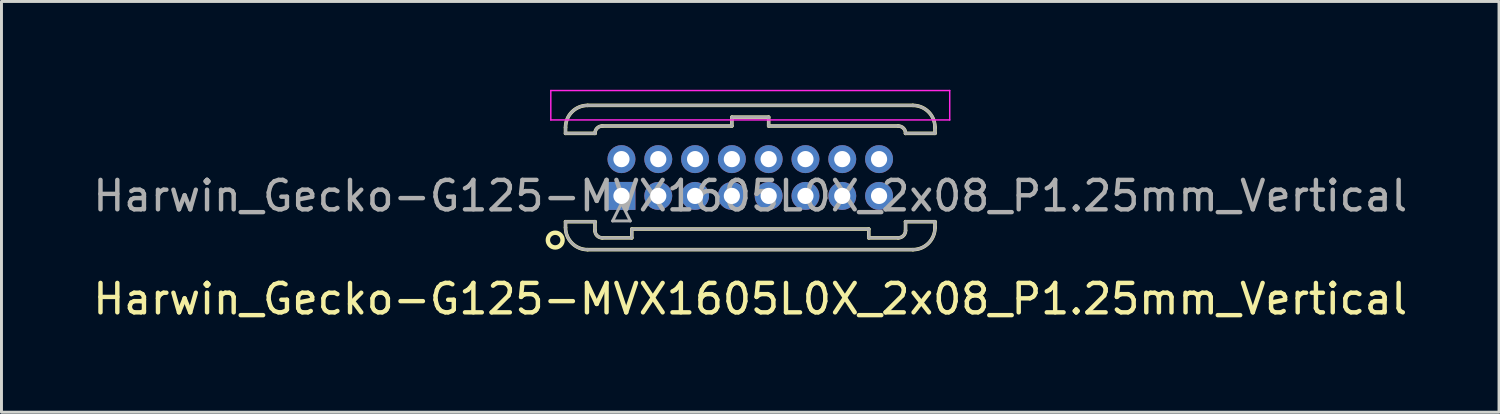
<source format=kicad_pcb>
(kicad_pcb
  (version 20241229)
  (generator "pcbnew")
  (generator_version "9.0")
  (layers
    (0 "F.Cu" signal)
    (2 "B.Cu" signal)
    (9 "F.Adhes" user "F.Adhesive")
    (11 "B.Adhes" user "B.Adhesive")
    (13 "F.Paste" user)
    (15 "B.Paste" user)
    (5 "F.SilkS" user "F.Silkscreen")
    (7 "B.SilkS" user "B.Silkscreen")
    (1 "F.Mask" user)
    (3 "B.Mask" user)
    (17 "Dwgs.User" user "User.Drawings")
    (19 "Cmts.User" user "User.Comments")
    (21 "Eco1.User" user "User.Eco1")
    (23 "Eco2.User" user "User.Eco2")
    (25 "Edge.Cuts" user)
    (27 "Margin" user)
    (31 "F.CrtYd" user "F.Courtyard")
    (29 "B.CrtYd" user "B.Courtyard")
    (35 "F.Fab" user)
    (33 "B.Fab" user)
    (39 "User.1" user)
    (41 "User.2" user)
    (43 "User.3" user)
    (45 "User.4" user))
  (footprint "Harwin_Gecko-G125-MVX1605L0X_2x08_P1.25mm_Vertical"
    (layer "F.Cu")
    (at 18.06 3.605)
    (property "Reference" "Harwin_Gecko-G125-MVX1605L0X_2x08_P1.25mm_Vertical" (at 4.375 3.5 0) (layer "F.SilkS") (effects (font (size 1 1) (thickness 0.15))))
    (attr through_hole)
    (fp_line (start -1.9 -2.325) (end -1.9 -2.125) (stroke (width 0.12) (type solid)) (layer "F.SilkS"))
    (fp_line (start -1.9 -2.125) (end -0.9 -2.125) (stroke (width 0.12) (type solid)) (layer "F.SilkS"))
    (fp_line (start -1.9 0.875) (end -0.9 0.875) (stroke (width 0.12) (type solid)) (layer "F.SilkS"))
    (fp_line (start -1.9 1.075) (end -1.9 0.875) (stroke (width 0.12) (type solid)) (layer "F.SilkS"))
    (fp_line (start -1.15 -3.075) (end 9.9 -3.075) (stroke (width 0.12) (type solid)) (layer "F.SilkS"))
    (fp_line (start -1.15 1.825) (end 9.9 1.825) (stroke (width 0.12) (type solid)) (layer "F.SilkS"))
    (fp_line (start -0.9 -2.125) (end -0.9 -2.125) (stroke (width 0.12) (type solid)) (layer "F.SilkS"))
    (fp_line (start -0.9 0.875) (end -0.9 0.875) (stroke (width 0.12) (type solid)) (layer "F.SilkS"))
    (fp_line (start -0.9 1.175) (end -0.9 0.875) (stroke (width 0.12) (type solid)) (layer "F.SilkS"))
    (fp_line (start -0.65 -2.375) (end 3.75 -2.375) (stroke (width 0.12) (type solid)) (layer "F.SilkS"))
    (fp_line (start -0.65 1.425) (end 0.35 1.425) (stroke (width 0.12) (type solid)) (layer "F.SilkS"))
    (fp_line (start 0.35 1.125) (end 8.4 1.125) (stroke (width 0.12) (type solid)) (layer "F.SilkS"))
    (fp_line (start 0.35 1.425) (end 0.35 1.125) (stroke (width 0.12) (type solid)) (layer "F.SilkS"))
    (fp_line (start 3.75 -2.675) (end 5 -2.675) (stroke (width 0.12) (type solid)) (layer "F.SilkS"))
    (fp_line (start 3.75 -2.375) (end 3.75 -2.675) (stroke (width 0.12) (type solid)) (layer "F.SilkS"))
    (fp_line (start 5 -2.675) (end 5 -2.375) (stroke (width 0.12) (type solid)) (layer "F.SilkS"))
    (fp_line (start 5 -2.375) (end 9.4 -2.375) (stroke (width 0.12) (type solid)) (layer "F.SilkS"))
    (fp_line (start 8.4 1.125) (end 8.4 1.425) (stroke (width 0.12) (type solid)) (layer "F.SilkS"))
    (fp_line (start 8.4 1.425) (end 9.4 1.425) (stroke (width 0.12) (type solid)) (layer "F.SilkS"))
    (fp_line (start 9.65 -2.125) (end 9.65 -2.125) (stroke (width 0.12) (type solid)) (layer "F.SilkS"))
    (fp_line (start 9.65 0.875) (end 9.65 0.875) (stroke (width 0.12) (type solid)) (layer "F.SilkS"))
    (fp_line (start 9.65 1.175) (end 9.65 0.875) (stroke (width 0.12) (type solid)) (layer "F.SilkS"))
    (fp_line (start 10.65 -2.325) (end 10.65 -2.125) (stroke (width 0.12) (type solid)) (layer "F.SilkS"))
    (fp_line (start 10.65 -2.125) (end 9.65 -2.125) (stroke (width 0.12) (type solid)) (layer "F.SilkS"))
    (fp_line (start 10.65 0.875) (end 9.65 0.875) (stroke (width 0.12) (type solid)) (layer "F.SilkS"))
    (fp_line (start 10.65 1.075) (end 10.65 0.875) (stroke (width 0.12) (type solid)) (layer "F.SilkS"))
    (fp_arc (start -1.9 -2.325) (mid -1.68033 -2.85533) (end -1.15 -3.075) (stroke (width 0.12) (type solid)) (layer "F.SilkS"))
    (fp_arc (start -1.15 1.825) (mid -1.68033 1.60533) (end -1.9 1.075) (stroke (width 0.12) (type solid)) (layer "F.SilkS"))
    (fp_arc (start -0.9 -2.125) (mid -0.826777 -2.301777) (end -0.65 -2.375) (stroke (width 0.12) (type solid)) (layer "F.SilkS"))
    (fp_arc (start -0.65 1.425) (mid -0.826777 1.351777) (end -0.9 1.175) (stroke (width 0.12) (type solid)) (layer "F.SilkS"))
    (fp_arc (start 9.4 -2.375) (mid 9.576777 -2.301777) (end 9.65 -2.125) (stroke (width 0.12) (type solid)) (layer "F.SilkS"))
    (fp_arc (start 9.65 1.175) (mid 9.576777 1.351777) (end 9.4 1.425) (stroke (width 0.12) (type solid)) (layer "F.SilkS"))
    (fp_arc (start 9.9 -3.075) (mid 10.43033 -2.85533) (end 10.65 -2.325) (stroke (width 0.12) (type solid)) (layer "F.SilkS"))
    (fp_arc (start 10.65 1.075) (mid 10.43033 1.60533) (end 9.9 1.825) (stroke (width 0.12) (type solid)) (layer "F.SilkS"))
    (fp_circle (center -2.25 1.5) (end -2 1.5) (stroke (width 0.15) (type solid)) (fill no) (layer "F.SilkS"))
    (fp_line (start -2.4 -3.58) (end -2.4 -2.58) (stroke (width 0.05) (type solid)) (layer "F.CrtYd"))
    (fp_line (start -2.4 -2.58) (end 11.15 -2.58) (stroke (width 0.05) (type solid)) (layer "F.CrtYd"))
    (fp_line (start 11.15 -3.58) (end -2.4 -3.58) (stroke (width 0.05) (type solid)) (layer "F.CrtYd"))
    (fp_line (start 11.15 -2.58) (end 11.15 -3.58) (stroke (width 0.05) (type solid)) (layer "F.CrtYd"))
    (fp_line (start -1.9 -2.325) (end -1.9 -2.125) (stroke (width 0.1) (type solid)) (layer "F.Fab"))
    (fp_line (start -1.9 -2.125) (end -0.9 -2.125) (stroke (width 0.1) (type solid)) (layer "F.Fab"))
    (fp_line (start -1.9 0.875) (end -0.9 0.875) (stroke (width 0.1) (type solid)) (layer "F.Fab"))
    (fp_line (start -1.9 1.075) (end -1.9 0.875) (stroke (width 0.1) (type solid)) (layer "F.Fab"))
    (fp_line (start -1.15 -3.075) (end 9.9 -3.075) (stroke (width 0.1) (type solid)) (layer "F.Fab"))
    (fp_line (start -1.15 1.825) (end 9.9 1.825) (stroke (width 0.1) (type solid)) (layer "F.Fab"))
    (fp_line (start -0.9 -2.125) (end -0.9 -2.125) (stroke (width 0.1) (type solid)) (layer "F.Fab"))
    (fp_line (start -0.9 0.875) (end -0.9 0.875) (stroke (width 0.1) (type solid)) (layer "F.Fab"))
    (fp_line (start -0.9 1.175) (end -0.9 0.875) (stroke (width 0.1) (type solid)) (layer "F.Fab"))
    (fp_line (start -0.65 -2.375) (end 3.75 -2.375) (stroke (width 0.1) (type solid)) (layer "F.Fab"))
    (fp_line (start -0.65 1.425) (end 0.35 1.425) (stroke (width 0.1) (type solid)) (layer "F.Fab"))
    (fp_line (start -0.3 0.85) (end 0.3 0.85) (stroke (width 0.1) (type solid)) (layer "F.Fab"))
    (fp_line (start 0 0.25) (end -0.3 0.85) (stroke (width 0.1) (type solid)) (layer "F.Fab"))
    (fp_line (start 0.3 0.85) (end 0 0.25) (stroke (width 0.1) (type solid)) (layer "F.Fab"))
    (fp_line (start 0.35 1.125) (end 8.4 1.125) (stroke (width 0.1) (type solid)) (layer "F.Fab"))
    (fp_line (start 0.35 1.425) (end 0.35 1.125) (stroke (width 0.1) (type solid)) (layer "F.Fab"))
    (fp_line (start 3.75 -2.675) (end 5 -2.675) (stroke (width 0.1) (type solid)) (layer "F.Fab"))
    (fp_line (start 3.75 -2.375) (end 3.75 -2.675) (stroke (width 0.1) (type solid)) (layer "F.Fab"))
    (fp_line (start 5 -2.675) (end 5 -2.375) (stroke (width 0.1) (type solid)) (layer "F.Fab"))
    (fp_line (start 5 -2.375) (end 9.4 -2.375) (stroke (width 0.1) (type solid)) (layer "F.Fab"))
    (fp_line (start 8.4 1.125) (end 8.4 1.425) (stroke (width 0.1) (type solid)) (layer "F.Fab"))
    (fp_line (start 8.4 1.425) (end 9.4 1.425) (stroke (width 0.1) (type solid)) (layer "F.Fab"))
    (fp_line (start 9.65 -2.125) (end 9.65 -2.125) (stroke (width 0.1) (type solid)) (layer "F.Fab"))
    (fp_line (start 9.65 0.875) (end 9.65 0.875) (stroke (width 0.1) (type solid)) (layer "F.Fab"))
    (fp_line (start 9.65 1.175) (end 9.65 0.875) (stroke (width 0.1) (type solid)) (layer "F.Fab"))
    (fp_line (start 10.65 -2.325) (end 10.65 -2.125) (stroke (width 0.1) (type solid)) (layer "F.Fab"))
    (fp_line (start 10.65 -2.125) (end 9.65 -2.125) (stroke (width 0.1) (type solid)) (layer "F.Fab"))
    (fp_line (start 10.65 0.875) (end 9.65 0.875) (stroke (width 0.1) (type solid)) (layer "F.Fab"))
    (fp_line (start 10.65 1.075) (end 10.65 0.875) (stroke (width 0.1) (type solid)) (layer "F.Fab"))
    (fp_arc (start -1.9 -2.325) (mid -1.68033 -2.85533) (end -1.15 -3.075) (stroke (width 0.1) (type solid)) (layer "F.Fab"))
    (fp_arc (start -1.15 1.825) (mid -1.68033 1.60533) (end -1.9 1.075) (stroke (width 0.1) (type solid)) (layer "F.Fab"))
    (fp_arc (start -0.9 -2.125) (mid -0.826777 -2.301777) (end -0.65 -2.375) (stroke (width 0.1) (type solid)) (layer "F.Fab"))
    (fp_arc (start -0.65 1.425) (mid -0.826777 1.351777) (end -0.9 1.175) (stroke (width 0.1) (type solid)) (layer "F.Fab"))
    (fp_arc (start 9.4 -2.375) (mid 9.576777 -2.301777) (end 9.65 -2.125) (stroke (width 0.1) (type solid)) (layer "F.Fab"))
    (fp_arc (start 9.65 1.175) (mid 9.576777 1.351777) (end 9.4 1.425) (stroke (width 0.1) (type solid)) (layer "F.Fab"))
    (fp_arc (start 9.9 -3.075) (mid 10.43033 -2.85533) (end 10.65 -2.325) (stroke (width 0.1) (type solid)) (layer "F.Fab"))
    (fp_arc (start 10.65 1.075) (mid 10.43033 1.60533) (end 9.9 1.825) (stroke (width 0.1) (type solid)) (layer "F.Fab"))
    (fp_text user "${REFERENCE}" (at 4.375 0 0) (layer "F.Fab") (effects (font (size 1 1) (thickness 0.15))))
    (pad "1" thru_hole rect (at 0 0) (size 0.95 0.95) (drill 0.55) (layers "*.Cu" "*.Mask"))
    (pad "2" thru_hole circle (at 0 -1.25) (size 0.95 0.95) (drill 0.55) (layers "*.Cu" "*.Mask"))
    (pad "3" thru_hole circle (at 1.25 0) (size 0.95 0.95) (drill 0.55) (layers "*.Cu" "*.Mask"))
    (pad "4" thru_hole circle (at 1.25 -1.25) (size 0.95 0.95) (drill 0.55) (layers "*.Cu" "*.Mask"))
    (pad "5" thru_hole circle (at 2.5 0) (size 0.95 0.95) (drill 0.55) (layers "*.Cu" "*.Mask"))
    (pad "6" thru_hole circle (at 2.5 -1.25) (size 0.95 0.95) (drill 0.55) (layers "*.Cu" "*.Mask"))
    (pad "7" thru_hole circle (at 3.75 0) (size 0.95 0.95) (drill 0.55) (layers "*.Cu" "*.Mask"))
    (pad "8" thru_hole circle (at 3.75 -1.25) (size 0.95 0.95) (drill 0.55) (layers "*.Cu" "*.Mask"))
    (pad "9" thru_hole circle (at 5 0) (size 0.95 0.95) (drill 0.55) (layers "*.Cu" "*.Mask"))
    (pad "10" thru_hole circle (at 5 -1.25) (size 0.95 0.95) (drill 0.55) (layers "*.Cu" "*.Mask"))
    (pad "11" thru_hole circle (at 6.25 0) (size 0.95 0.95) (drill 0.55) (layers "*.Cu" "*.Mask"))
    (pad "12" thru_hole circle (at 6.25 -1.25) (size 0.95 0.95) (drill 0.55) (layers "*.Cu" "*.Mask"))
    (pad "13" thru_hole circle (at 7.5 0) (size 0.95 0.95) (drill 0.55) (layers "*.Cu" "*.Mask"))
    (pad "14" thru_hole circle (at 7.5 -1.25) (size 0.95 0.95) (drill 0.55) (layers "*.Cu" "*.Mask"))
    (pad "15" thru_hole circle (at 8.75 0) (size 0.95 0.95) (drill 0.55) (layers "*.Cu" "*.Mask"))
    (pad "16" thru_hole circle (at 8.75 -1.25) (size 0.95 0.95) (drill 0.55) (layers "*.Cu" "*.Mask")))
  (gr_rect
    (start -3 -3)
    (end 47.869 10.953)
    (stroke (width 0.1) (type default))
    (fill no)
    (layer "Edge.Cuts")))
</source>
